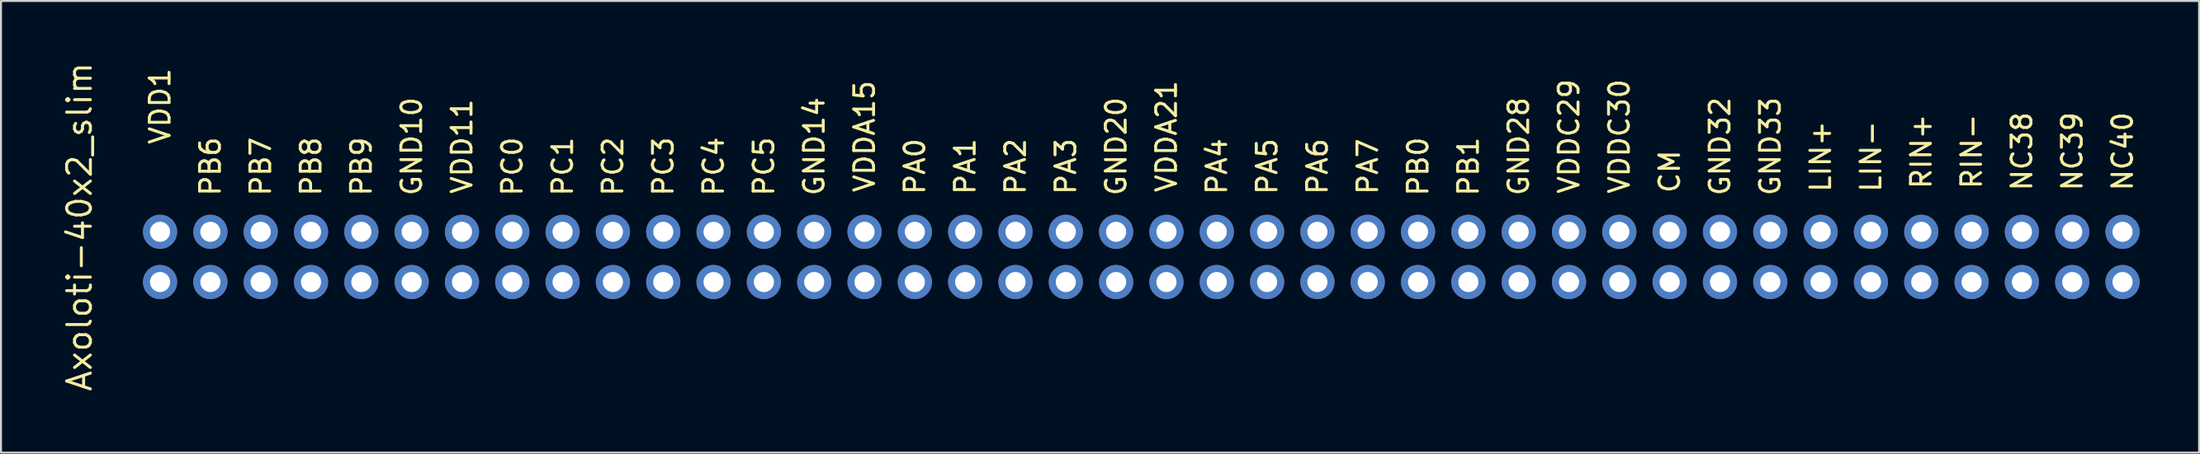
<source format=kicad_pcb>
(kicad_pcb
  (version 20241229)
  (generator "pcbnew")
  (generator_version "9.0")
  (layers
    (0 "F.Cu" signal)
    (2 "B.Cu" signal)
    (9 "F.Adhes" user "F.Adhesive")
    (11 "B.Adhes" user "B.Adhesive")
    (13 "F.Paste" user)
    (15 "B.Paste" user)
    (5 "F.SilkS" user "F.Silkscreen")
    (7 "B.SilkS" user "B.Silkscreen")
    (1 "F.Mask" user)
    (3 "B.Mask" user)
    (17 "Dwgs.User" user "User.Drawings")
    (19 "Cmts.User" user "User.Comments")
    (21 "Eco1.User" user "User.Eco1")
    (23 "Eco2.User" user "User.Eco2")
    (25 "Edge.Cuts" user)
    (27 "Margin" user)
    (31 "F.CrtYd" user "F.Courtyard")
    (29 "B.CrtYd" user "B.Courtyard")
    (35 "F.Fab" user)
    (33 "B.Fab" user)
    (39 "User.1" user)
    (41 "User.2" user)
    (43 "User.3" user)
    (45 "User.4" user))
  (footprint "Axoloti-40x2_slim"
    (layer "F.Cu")
    (at 5.029 11.213)
    (property "Reference" "Axoloti-40x2_slim" (at -4.064 -2.794 90) (layer "F.SilkS") (effects (font (size 1.2 1.2) (thickness 0.15))))
    (attr through_hole)
    (fp_text user "VDDA21" (at 50.8 -7.366 90) (layer "F.SilkS") (effects (font (size 1 1) (thickness 0.15))))
    (fp_text user "GND33" (at 81.28 -6.858 90) (layer "F.SilkS") (effects (font (size 1 1) (thickness 0.15))))
    (fp_text user "PB8" (at 7.62 -5.842 90) (layer "F.SilkS") (effects (font (size 1 1) (thickness 0.15))))
    (fp_text user "PA5" (at 55.88 -5.842 90) (layer "F.SilkS") (effects (font (size 1 1) (thickness 0.15))))
    (fp_text user "VDDA15" (at 35.56 -7.366 90) (layer "F.SilkS") (effects (font (size 1 1) (thickness 0.15))))
    (fp_text user "VDDC29" (at 71.12 -7.366 90) (layer "F.SilkS") (effects (font (size 1 1) (thickness 0.15))))
    (fp_text user "PB6" (at 2.54 -5.842 90) (layer "F.SilkS") (effects (font (size 1 1) (thickness 0.15))))
    (fp_text user "VDDC30" (at 73.66 -7.366 90) (layer "F.SilkS") (effects (font (size 1 1) (thickness 0.15))))
    (fp_text user "PC5" (at 30.48 -5.842 90) (layer "F.SilkS") (effects (font (size 1 1) (thickness 0.15))))
    (fp_text user "LIN-" (at 86.36 -6.35 90) (layer "F.SilkS") (effects (font (size 1 1) (thickness 0.15))))
    (fp_text user "NC38" (at 93.98 -6.604 90) (layer "F.SilkS") (effects (font (size 1 1) (thickness 0.15))))
    (fp_text user "RIN-" (at 91.44 -6.604 90) (layer "F.SilkS") (effects (font (size 1 1) (thickness 0.15))))
    (fp_text user "PA1" (at 40.64 -5.842 90) (layer "F.SilkS") (effects (font (size 1 1) (thickness 0.15))))
    (fp_text user "NC40" (at 99.06 -6.604 90) (layer "F.SilkS") (effects (font (size 1 1) (thickness 0.15))))
    (fp_text user "LIN+" (at 83.82 -6.35 90) (layer "F.SilkS") (effects (font (size 1 1) (thickness 0.15))))
    (fp_text user "GND10" (at 12.7 -6.858 90) (layer "F.SilkS") (effects (font (size 1 1) (thickness 0.15))))
    (fp_text user "NC39" (at 96.52 -6.604 90) (layer "F.SilkS") (effects (font (size 1 1) (thickness 0.15))))
    (fp_text user "VDD11" (at 15.24 -6.858 90) (layer "F.SilkS") (effects (font (size 1 1) (thickness 0.15))))
    (fp_text user "PC3" (at 25.4 -5.842 90) (layer "F.SilkS") (effects (font (size 1 1) (thickness 0.15))))
    (fp_text user "PC1" (at 20.32 -5.842 90) (layer "F.SilkS") (effects (font (size 1 1) (thickness 0.15))))
    (fp_text user "PA0" (at 38.1 -5.842 90) (layer "F.SilkS") (effects (font (size 1 1) (thickness 0.15))))
    (fp_text user "PB0" (at 63.5 -5.842 90) (layer "F.SilkS") (effects (font (size 1 1) (thickness 0.15))))
    (fp_text user "PA4" (at 53.34 -5.842 90) (layer "F.SilkS") (effects (font (size 1 1) (thickness 0.15))))
    (fp_text user "PC4" (at 27.94 -5.842 90) (layer "F.SilkS") (effects (font (size 1 1) (thickness 0.15))))
    (fp_text user "PA3" (at 45.72 -5.842 90) (layer "F.SilkS") (effects (font (size 1 1) (thickness 0.15))))
    (fp_text user "PB9" (at 10.16 -5.842 90) (layer "F.SilkS") (effects (font (size 1 1) (thickness 0.15))))
    (fp_text user "GND14" (at 33.02 -6.858 90) (layer "F.SilkS") (effects (font (size 1 1) (thickness 0.15))))
    (fp_text user "CM" (at 76.2 -5.588 90) (layer "F.SilkS") (effects (font (size 1 1) (thickness 0.15))))
    (fp_text user "RIN+" (at 88.9 -6.604 90) (layer "F.SilkS") (effects (font (size 1 1) (thickness 0.15))))
    (fp_text user "PB7" (at 5.08 -5.842 90) (layer "F.SilkS") (effects (font (size 1 1) (thickness 0.15))))
    (fp_text user "PC0" (at 17.78 -5.842 90) (layer "F.SilkS") (effects (font (size 1 1) (thickness 0.15))))
    (fp_text user "PC2" (at 22.86 -5.842 90) (layer "F.SilkS") (effects (font (size 1 1) (thickness 0.15))))
    (fp_text user "GND28" (at 68.58 -6.858 90) (layer "F.SilkS") (effects (font (size 1 1) (thickness 0.15))))
    (fp_text user "GND32" (at 78.74 -6.858 90) (layer "F.SilkS") (effects (font (size 1 1) (thickness 0.15))))
    (fp_text user "PA6" (at 58.42 -5.842 90) (layer "F.SilkS") (effects (font (size 1 1) (thickness 0.15))))
    (fp_text user "VDD1" (at 0 -8.89 90) (layer "F.SilkS") (effects (font (size 1 1) (thickness 0.15))))
    (fp_text user "GND20" (at 48.26 -6.858 90) (layer "F.SilkS") (effects (font (size 1 1) (thickness 0.15))))
    (fp_text user "PB1" (at 66.04 -5.842 90) (layer "F.SilkS") (effects (font (size 1 1) (thickness 0.15))))
    (fp_text user "PA2" (at 43.18 -5.842 90) (layer "F.SilkS") (effects (font (size 1 1) (thickness 0.15))))
    (fp_text user "PA7" (at 60.96 -5.842 90) (layer "F.SilkS") (effects (font (size 1 1) (thickness 0.15))))
    (pad "1" thru_hole circle (at 0 -2.54) (size 1.727 1.727) (drill 1.016) (layers "*.Cu" "*.Mask"))
    (pad "1" thru_hole circle (at 0 0) (size 1.727 1.727) (drill 1.016) (layers "*.Cu" "*.Mask"))
    (pad "2" thru_hole circle (at 2.54 -2.54) (size 1.727 1.727) (drill 1.016) (layers "*.Cu" "*.Mask"))
    (pad "2" thru_hole circle (at 2.54 0) (size 1.727 1.727) (drill 1.016) (layers "*.Cu" "*.Mask"))
    (pad "3" thru_hole circle (at 5.08 -2.54) (size 1.727 1.727) (drill 1.016) (layers "*.Cu" "*.Mask"))
    (pad "3" thru_hole circle (at 5.08 0) (size 1.727 1.727) (drill 1.016) (layers "*.Cu" "*.Mask"))
    (pad "4" thru_hole circle (at 7.62 -2.54) (size 1.727 1.727) (drill 1.016) (layers "*.Cu" "*.Mask"))
    (pad "4" thru_hole circle (at 7.62 0) (size 1.727 1.727) (drill 1.016) (layers "*.Cu" "*.Mask"))
    (pad "5" thru_hole circle (at 10.16 -2.54) (size 1.727 1.727) (drill 1.016) (layers "*.Cu" "*.Mask"))
    (pad "5" thru_hole circle (at 10.16 0) (size 1.727 1.727) (drill 1.016) (layers "*.Cu" "*.Mask"))
    (pad "6" thru_hole circle (at 12.7 -2.54) (size 1.727 1.727) (drill 1.016) (layers "*.Cu" "*.Mask"))
    (pad "6" thru_hole circle (at 12.7 0) (size 1.727 1.727) (drill 1.016) (layers "*.Cu" "*.Mask"))
    (pad "7" thru_hole circle (at 15.24 -2.54) (size 1.727 1.727) (drill 1.016) (layers "*.Cu" "*.Mask"))
    (pad "7" thru_hole circle (at 15.24 0) (size 1.727 1.727) (drill 1.016) (layers "*.Cu" "*.Mask"))
    (pad "8" thru_hole circle (at 17.78 -2.54) (size 1.727 1.727) (drill 1.016) (layers "*.Cu" "*.Mask"))
    (pad "8" thru_hole circle (at 17.78 0) (size 1.727 1.727) (drill 1.016) (layers "*.Cu" "*.Mask"))
    (pad "9" thru_hole circle (at 20.32 -2.54) (size 1.727 1.727) (drill 1.016) (layers "*.Cu" "*.Mask"))
    (pad "9" thru_hole circle (at 20.32 0) (size 1.727 1.727) (drill 1.016) (layers "*.Cu" "*.Mask"))
    (pad "10" thru_hole circle (at 22.86 -2.54) (size 1.727 1.727) (drill 1.016) (layers "*.Cu" "*.Mask"))
    (pad "10" thru_hole circle (at 22.86 0) (size 1.727 1.727) (drill 1.016) (layers "*.Cu" "*.Mask"))
    (pad "11" thru_hole circle (at 25.4 -2.54) (size 1.727 1.727) (drill 1.016) (layers "*.Cu" "*.Mask"))
    (pad "11" thru_hole circle (at 25.4 0) (size 1.727 1.727) (drill 1.016) (layers "*.Cu" "*.Mask"))
    (pad "12" thru_hole circle (at 27.94 -2.54) (size 1.727 1.727) (drill 1.016) (layers "*.Cu" "*.Mask"))
    (pad "12" thru_hole circle (at 27.94 0) (size 1.727 1.727) (drill 1.016) (layers "*.Cu" "*.Mask"))
    (pad "13" thru_hole circle (at 30.48 -2.54) (size 1.727 1.727) (drill 1.016) (layers "*.Cu" "*.Mask"))
    (pad "13" thru_hole circle (at 30.48 0) (size 1.727 1.727) (drill 1.016) (layers "*.Cu" "*.Mask"))
    (pad "14" thru_hole circle (at 33.02 -2.54) (size 1.727 1.727) (drill 1.016) (layers "*.Cu" "*.Mask"))
    (pad "14" thru_hole circle (at 33.02 0) (size 1.727 1.727) (drill 1.016) (layers "*.Cu" "*.Mask"))
    (pad "15" thru_hole circle (at 35.56 -2.54) (size 1.727 1.727) (drill 1.016) (layers "*.Cu" "*.Mask"))
    (pad "15" thru_hole circle (at 35.56 0) (size 1.727 1.727) (drill 1.016) (layers "*.Cu" "*.Mask"))
    (pad "16" thru_hole circle (at 38.1 -2.54) (size 1.727 1.727) (drill 1.016) (layers "*.Cu" "*.Mask"))
    (pad "16" thru_hole circle (at 38.1 0) (size 1.727 1.727) (drill 1.016) (layers "*.Cu" "*.Mask"))
    (pad "17" thru_hole circle (at 40.64 -2.54) (size 1.727 1.727) (drill 1.016) (layers "*.Cu" "*.Mask"))
    (pad "17" thru_hole circle (at 40.64 0) (size 1.727 1.727) (drill 1.016) (layers "*.Cu" "*.Mask"))
    (pad "18" thru_hole circle (at 43.18 -2.54) (size 1.727 1.727) (drill 1.016) (layers "*.Cu" "*.Mask"))
    (pad "18" thru_hole circle (at 43.18 0) (size 1.727 1.727) (drill 1.016) (layers "*.Cu" "*.Mask"))
    (pad "19" thru_hole circle (at 45.72 -2.54) (size 1.727 1.727) (drill 1.016) (layers "*.Cu" "*.Mask"))
    (pad "19" thru_hole circle (at 45.72 0) (size 1.727 1.727) (drill 1.016) (layers "*.Cu" "*.Mask"))
    (pad "20" thru_hole circle (at 48.26 -2.54) (size 1.727 1.727) (drill 1.016) (layers "*.Cu" "*.Mask"))
    (pad "20" thru_hole circle (at 48.26 0) (size 1.727 1.727) (drill 1.016) (layers "*.Cu" "*.Mask"))
    (pad "21" thru_hole circle (at 50.8 -2.54) (size 1.727 1.727) (drill 1.016) (layers "*.Cu" "*.Mask"))
    (pad "21" thru_hole circle (at 50.8 0) (size 1.727 1.727) (drill 1.016) (layers "*.Cu" "*.Mask"))
    (pad "22" thru_hole circle (at 53.34 -2.54) (size 1.727 1.727) (drill 1.016) (layers "*.Cu" "*.Mask"))
    (pad "22" thru_hole circle (at 53.34 0) (size 1.727 1.727) (drill 1.016) (layers "*.Cu" "*.Mask"))
    (pad "23" thru_hole circle (at 55.88 -2.54) (size 1.727 1.727) (drill 1.016) (layers "*.Cu" "*.Mask"))
    (pad "23" thru_hole circle (at 55.88 0) (size 1.727 1.727) (drill 1.016) (layers "*.Cu" "*.Mask"))
    (pad "24" thru_hole circle (at 58.42 -2.54) (size 1.727 1.727) (drill 1.016) (layers "*.Cu" "*.Mask"))
    (pad "24" thru_hole circle (at 58.42 0) (size 1.727 1.727) (drill 1.016) (layers "*.Cu" "*.Mask"))
    (pad "25" thru_hole circle (at 60.96 -2.54) (size 1.727 1.727) (drill 1.016) (layers "*.Cu" "*.Mask"))
    (pad "25" thru_hole circle (at 60.96 0) (size 1.727 1.727) (drill 1.016) (layers "*.Cu" "*.Mask"))
    (pad "26" thru_hole circle (at 63.5 -2.54) (size 1.727 1.727) (drill 1.016) (layers "*.Cu" "*.Mask"))
    (pad "26" thru_hole circle (at 63.5 0) (size 1.727 1.727) (drill 1.016) (layers "*.Cu" "*.Mask"))
    (pad "27" thru_hole circle (at 66.04 -2.54) (size 1.727 1.727) (drill 1.016) (layers "*.Cu" "*.Mask"))
    (pad "27" thru_hole circle (at 66.04 0) (size 1.727 1.727) (drill 1.016) (layers "*.Cu" "*.Mask"))
    (pad "28" thru_hole circle (at 68.58 -2.54) (size 1.727 1.727) (drill 1.016) (layers "*.Cu" "*.Mask"))
    (pad "28" thru_hole circle (at 68.58 0) (size 1.727 1.727) (drill 1.016) (layers "*.Cu" "*.Mask"))
    (pad "29" thru_hole circle (at 71.12 -2.54) (size 1.727 1.727) (drill 1.016) (layers "*.Cu" "*.Mask"))
    (pad "29" thru_hole circle (at 71.12 0) (size 1.727 1.727) (drill 1.016) (layers "*.Cu" "*.Mask"))
    (pad "30" thru_hole circle (at 73.66 -2.54) (size 1.727 1.727) (drill 1.016) (layers "*.Cu" "*.Mask"))
    (pad "30" thru_hole circle (at 73.66 0) (size 1.727 1.727) (drill 1.016) (layers "*.Cu" "*.Mask"))
    (pad "31" thru_hole circle (at 76.2 -2.54) (size 1.727 1.727) (drill 1.016) (layers "*.Cu" "*.Mask"))
    (pad "31" thru_hole circle (at 76.2 0) (size 1.727 1.727) (drill 1.016) (layers "*.Cu" "*.Mask"))
    (pad "32" thru_hole circle (at 78.74 -2.54) (size 1.727 1.727) (drill 1.016) (layers "*.Cu" "*.Mask"))
    (pad "32" thru_hole circle (at 78.74 0) (size 1.727 1.727) (drill 1.016) (layers "*.Cu" "*.Mask"))
    (pad "33" thru_hole circle (at 81.28 -2.54) (size 1.727 1.727) (drill 1.016) (layers "*.Cu" "*.Mask"))
    (pad "33" thru_hole circle (at 81.28 0) (size 1.727 1.727) (drill 1.016) (layers "*.Cu" "*.Mask"))
    (pad "34" thru_hole circle (at 83.82 -2.54) (size 1.727 1.727) (drill 1.016) (layers "*.Cu" "*.Mask"))
    (pad "34" thru_hole circle (at 83.82 0) (size 1.727 1.727) (drill 1.016) (layers "*.Cu" "*.Mask"))
    (pad "35" thru_hole circle (at 86.36 -2.54) (size 1.727 1.727) (drill 1.016) (layers "*.Cu" "*.Mask"))
    (pad "35" thru_hole circle (at 86.36 0) (size 1.727 1.727) (drill 1.016) (layers "*.Cu" "*.Mask"))
    (pad "36" thru_hole circle (at 88.9 -2.54) (size 1.727 1.727) (drill 1.016) (layers "*.Cu" "*.Mask"))
    (pad "36" thru_hole circle (at 88.9 0) (size 1.727 1.727) (drill 1.016) (layers "*.Cu" "*.Mask"))
    (pad "37" thru_hole circle (at 91.44 -2.54) (size 1.727 1.727) (drill 1.016) (layers "*.Cu" "*.Mask"))
    (pad "37" thru_hole circle (at 91.44 0) (size 1.727 1.727) (drill 1.016) (layers "*.Cu" "*.Mask"))
    (pad "38" thru_hole circle (at 93.98 -2.54) (size 1.727 1.727) (drill 1.016) (layers "*.Cu" "*.Mask"))
    (pad "38" thru_hole circle (at 93.98 0) (size 1.727 1.727) (drill 1.016) (layers "*.Cu" "*.Mask"))
    (pad "39" thru_hole circle (at 96.52 -2.54) (size 1.727 1.727) (drill 1.016) (layers "*.Cu" "*.Mask"))
    (pad "39" thru_hole circle (at 96.52 0) (size 1.727 1.727) (drill 1.016) (layers "*.Cu" "*.Mask"))
    (pad "40" thru_hole circle (at 99.06 -2.54) (size 1.727 1.727) (drill 1.016) (layers "*.Cu" "*.Mask"))
    (pad "40" thru_hole circle (at 99.06 0) (size 1.727 1.727) (drill 1.016) (layers "*.Cu" "*.Mask")))
  (gr_rect
    (start -3 -3)
    (end 107.953 19.839)
    (stroke (width 0.1) (type default))
    (fill no)
    (layer "Edge.Cuts")))
</source>
